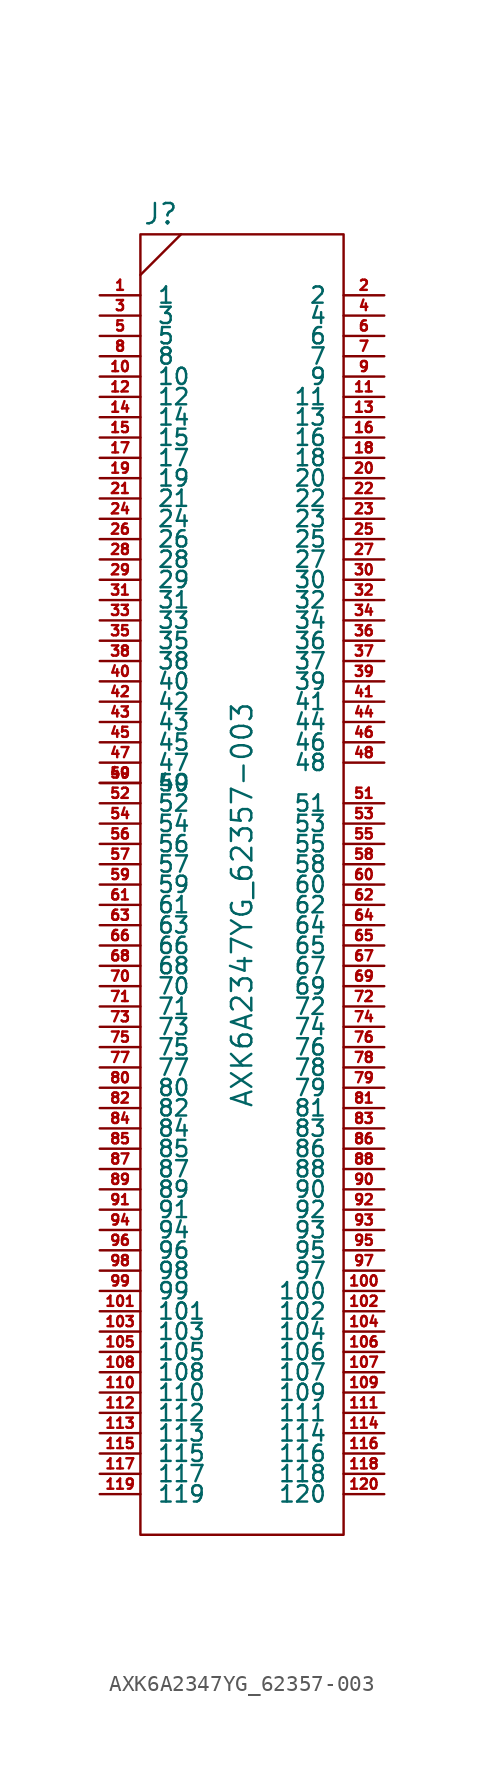
<source format=kicad_sym>
(kicad_symbol_lib
  (version 20231120)
  (generator "kicad_symbol_editor")
  (generator_version "8.0")
  (symbol "AXK6A2347YG_62357-003"
    (pin_names
      (offset 1.016))
    (property "Reference" "J"
      (at -5.08 40.64 0)
      (effects (font (size 1.27 1.27))))
    (property "Value" "AXK6A2347YG_62357-003"
      (at 0 -2.54 90)
      (effects (font (size 1.27 1.27))))
    (symbol "AXK6A2347YG_62357-003_0_1"
      (rectangle (start -6.35 39.37) (end 6.35 -41.91) (stroke (width 0) (type default)) (fill (type none)))
      (polyline (pts (xy -3.81 39.37) (xy -6.35 36.83)) (stroke (width 0) (type default)) (fill (type none))))
    (symbol "AXK6A2347YG_62357-003_1_1"
      (pin passive line (at -8.89 35.56 0) (length 2.54) (name "1" (effects (font (size 1.016 1.016)))) (number "1" (effects (font (size 0.635 0.635)))))
      (pin passive line (at -8.89 30.48 0) (length 2.54) (name "10" (effects (font (size 1.016 1.016)))) (number "10" (effects (font (size 0.635 0.635)))))
      (pin passive line (at 8.89 -26.67 180) (length 2.54) (name "100" (effects (font (size 1.016 1.016)))) (number "100" (effects (font (size 0.635 0.635)))))
      (pin passive line (at -8.89 -27.94 0) (length 2.54) (name "101" (effects (font (size 1.016 1.016)))) (number "101" (effects (font (size 0.635 0.635)))))
      (pin passive line (at 8.89 -27.94 180) (length 2.54) (name "102" (effects (font (size 1.016 1.016)))) (number "102" (effects (font (size 0.635 0.635)))))
      (pin passive line (at -8.89 -29.21 0) (length 2.54) (name "103" (effects (font (size 1.016 1.016)))) (number "103" (effects (font (size 0.635 0.635)))))
      (pin passive line (at 8.89 -29.21 180) (length 2.54) (name "104" (effects (font (size 1.016 1.016)))) (number "104" (effects (font (size 0.635 0.635)))))
      (pin passive line (at -8.89 -30.48 0) (length 2.54) (name "105" (effects (font (size 1.016 1.016)))) (number "105" (effects (font (size 0.635 0.635)))))
      (pin passive line (at 8.89 -30.48 180) (length 2.54) (name "106" (effects (font (size 1.016 1.016)))) (number "106" (effects (font (size 0.635 0.635)))))
      (pin passive line (at 8.89 -31.75 180) (length 2.54) (name "107" (effects (font (size 1.016 1.016)))) (number "107" (effects (font (size 0.635 0.635)))))
      (pin passive line (at -8.89 -31.75 0) (length 2.54) (name "108" (effects (font (size 1.016 1.016)))) (number "108" (effects (font (size 0.635 0.635)))))
      (pin passive line (at 8.89 -33.02 180) (length 2.54) (name "109" (effects (font (size 1.016 1.016)))) (number "109" (effects (font (size 0.635 0.635)))))
      (pin passive line (at 8.89 29.21 180) (length 2.54) (name "11" (effects (font (size 1.016 1.016)))) (number "11" (effects (font (size 0.635 0.635)))))
      (pin passive line (at -8.89 -33.02 0) (length 2.54) (name "110" (effects (font (size 1.016 1.016)))) (number "110" (effects (font (size 0.635 0.635)))))
      (pin passive line (at 8.89 -34.29 180) (length 2.54) (name "111" (effects (font (size 1.016 1.016)))) (number "111" (effects (font (size 0.635 0.635)))))
      (pin passive line (at -8.89 -34.29 0) (length 2.54) (name "112" (effects (font (size 1.016 1.016)))) (number "112" (effects (font (size 0.635 0.635)))))
      (pin passive line (at -8.89 -35.56 0) (length 2.54) (name "113" (effects (font (size 1.016 1.016)))) (number "113" (effects (font (size 0.635 0.635)))))
      (pin passive line (at 8.89 -35.56 180) (length 2.54) (name "114" (effects (font (size 1.016 1.016)))) (number "114" (effects (font (size 0.635 0.635)))))
      (pin passive line (at -8.89 -36.83 0) (length 2.54) (name "115" (effects (font (size 1.016 1.016)))) (number "115" (effects (font (size 0.635 0.635)))))
      (pin passive line (at 8.89 -36.83 180) (length 2.54) (name "116" (effects (font (size 1.016 1.016)))) (number "116" (effects (font (size 0.635 0.635)))))
      (pin passive line (at -8.89 -38.1 0) (length 2.54) (name "117" (effects (font (size 1.016 1.016)))) (number "117" (effects (font (size 0.635 0.635)))))
      (pin passive line (at 8.89 -38.1 180) (length 2.54) (name "118" (effects (font (size 1.016 1.016)))) (number "118" (effects (font (size 0.635 0.635)))))
      (pin passive line (at -8.89 -39.37 0) (length 2.54) (name "119" (effects (font (size 1.016 1.016)))) (number "119" (effects (font (size 0.635 0.635)))))
      (pin passive line (at -8.89 29.21 0) (length 2.54) (name "12" (effects (font (size 1.016 1.016)))) (number "12" (effects (font (size 0.635 0.635)))))
      (pin passive line (at 8.89 -39.37 180) (length 2.54) (name "120" (effects (font (size 1.016 1.016)))) (number "120" (effects (font (size 0.635 0.635)))))
      (pin passive line (at 8.89 27.94 180) (length 2.54) (name "13" (effects (font (size 1.016 1.016)))) (number "13" (effects (font (size 0.635 0.635)))))
      (pin passive line (at -8.89 27.94 0) (length 2.54) (name "14" (effects (font (size 1.016 1.016)))) (number "14" (effects (font (size 0.635 0.635)))))
      (pin passive line (at -8.89 26.67 0) (length 2.54) (name "15" (effects (font (size 1.016 1.016)))) (number "15" (effects (font (size 0.635 0.635)))))
      (pin passive line (at 8.89 26.67 180) (length 2.54) (name "16" (effects (font (size 1.016 1.016)))) (number "16" (effects (font (size 0.635 0.635)))))
      (pin passive line (at -8.89 25.4 0) (length 2.54) (name "17" (effects (font (size 1.016 1.016)))) (number "17" (effects (font (size 0.635 0.635)))))
      (pin passive line (at 8.89 25.4 180) (length 2.54) (name "18" (effects (font (size 1.016 1.016)))) (number "18" (effects (font (size 0.635 0.635)))))
      (pin passive line (at -8.89 24.13 0) (length 2.54) (name "19" (effects (font (size 1.016 1.016)))) (number "19" (effects (font (size 0.635 0.635)))))
      (pin passive line (at 8.89 35.56 180) (length 2.54) (name "2" (effects (font (size 1.016 1.016)))) (number "2" (effects (font (size 0.635 0.635)))))
      (pin passive line (at 8.89 24.13 180) (length 2.54) (name "20" (effects (font (size 1.016 1.016)))) (number "20" (effects (font (size 0.635 0.635)))))
      (pin passive line (at -8.89 22.86 0) (length 2.54) (name "21" (effects (font (size 1.016 1.016)))) (number "21" (effects (font (size 0.635 0.635)))))
      (pin passive line (at 8.89 22.86 180) (length 2.54) (name "22" (effects (font (size 1.016 1.016)))) (number "22" (effects (font (size 0.635 0.635)))))
      (pin passive line (at 8.89 21.59 180) (length 2.54) (name "23" (effects (font (size 1.016 1.016)))) (number "23" (effects (font (size 0.635 0.635)))))
      (pin passive line (at -8.89 21.59 0) (length 2.54) (name "24" (effects (font (size 1.016 1.016)))) (number "24" (effects (font (size 0.635 0.635)))))
      (pin passive line (at 8.89 20.32 180) (length 2.54) (name "25" (effects (font (size 1.016 1.016)))) (number "25" (effects (font (size 0.635 0.635)))))
      (pin passive line (at -8.89 20.32 0) (length 2.54) (name "26" (effects (font (size 1.016 1.016)))) (number "26" (effects (font (size 0.635 0.635)))))
      (pin passive line (at 8.89 19.05 180) (length 2.54) (name "27" (effects (font (size 1.016 1.016)))) (number "27" (effects (font (size 0.635 0.635)))))
      (pin passive line (at -8.89 19.05 0) (length 2.54) (name "28" (effects (font (size 1.016 1.016)))) (number "28" (effects (font (size 0.635 0.635)))))
      (pin passive line (at -8.89 17.78 0) (length 2.54) (name "29" (effects (font (size 1.016 1.016)))) (number "29" (effects (font (size 0.635 0.635)))))
      (pin passive line (at -8.89 34.29 0) (length 2.54) (name "3" (effects (font (size 1.016 1.016)))) (number "3" (effects (font (size 0.635 0.635)))))
      (pin passive line (at 8.89 17.78 180) (length 2.54) (name "30" (effects (font (size 1.016 1.016)))) (number "30" (effects (font (size 0.635 0.635)))))
      (pin passive line (at -8.89 16.51 0) (length 2.54) (name "31" (effects (font (size 1.016 1.016)))) (number "31" (effects (font (size 0.635 0.635)))))
      (pin passive line (at 8.89 16.51 180) (length 2.54) (name "32" (effects (font (size 1.016 1.016)))) (number "32" (effects (font (size 0.635 0.635)))))
      (pin passive line (at -8.89 15.24 0) (length 2.54) (name "33" (effects (font (size 1.016 1.016)))) (number "33" (effects (font (size 0.635 0.635)))))
      (pin passive line (at 8.89 15.24 180) (length 2.54) (name "34" (effects (font (size 1.016 1.016)))) (number "34" (effects (font (size 0.635 0.635)))))
      (pin passive line (at -8.89 13.97 0) (length 2.54) (name "35" (effects (font (size 1.016 1.016)))) (number "35" (effects (font (size 0.635 0.635)))))
      (pin passive line (at 8.89 13.97 180) (length 2.54) (name "36" (effects (font (size 1.016 1.016)))) (number "36" (effects (font (size 0.635 0.635)))))
      (pin passive line (at 8.89 12.7 180) (length 2.54) (name "37" (effects (font (size 1.016 1.016)))) (number "37" (effects (font (size 0.635 0.635)))))
      (pin passive line (at -8.89 12.7 0) (length 2.54) (name "38" (effects (font (size 1.016 1.016)))) (number "38" (effects (font (size 0.635 0.635)))))
      (pin passive line (at 8.89 11.43 180) (length 2.54) (name "39" (effects (font (size 1.016 1.016)))) (number "39" (effects (font (size 0.635 0.635)))))
      (pin passive line (at 8.89 34.29 180) (length 2.54) (name "4" (effects (font (size 1.016 1.016)))) (number "4" (effects (font (size 0.635 0.635)))))
      (pin passive line (at -8.89 11.43 0) (length 2.54) (name "40" (effects (font (size 1.016 1.016)))) (number "40" (effects (font (size 0.635 0.635)))))
      (pin passive line (at 8.89 10.16 180) (length 2.54) (name "41" (effects (font (size 1.016 1.016)))) (number "41" (effects (font (size 0.635 0.635)))))
      (pin passive line (at -8.89 10.16 0) (length 2.54) (name "42" (effects (font (size 1.016 1.016)))) (number "42" (effects (font (size 0.635 0.635)))))
      (pin passive line (at -8.89 8.89 0) (length 2.54) (name "43" (effects (font (size 1.016 1.016)))) (number "43" (effects (font (size 0.635 0.635)))))
      (pin passive line (at 8.89 8.89 180) (length 2.54) (name "44" (effects (font (size 1.016 1.016)))) (number "44" (effects (font (size 0.635 0.635)))))
      (pin passive line (at -8.89 7.62 0) (length 2.54) (name "45" (effects (font (size 1.016 1.016)))) (number "45" (effects (font (size 0.635 0.635)))))
      (pin passive line (at 8.89 7.62 180) (length 2.54) (name "46" (effects (font (size 1.016 1.016)))) (number "46" (effects (font (size 0.635 0.635)))))
      (pin passive line (at -8.89 6.35 0) (length 2.54) (name "47" (effects (font (size 1.016 1.016)))) (number "47" (effects (font (size 0.635 0.635)))))
      (pin passive line (at 8.89 6.35 180) (length 2.54) (name "48" (effects (font (size 1.016 1.016)))) (number "48" (effects (font (size 0.635 0.635)))))
      (pin passive line (at -8.89 5.08 0) (length 2.54) (name "49" (effects (font (size 1.016 1.016)))) (number "49" (effects (font (size 0.635 0.635)))))
      (pin passive line (at -8.89 33.02 0) (length 2.54) (name "5" (effects (font (size 1.016 1.016)))) (number "5" (effects (font (size 0.635 0.635)))))
      (pin passive line (at -8.89 5.08 0) (length 2.54) (name "50" (effects (font (size 1.016 1.016)))) (number "50" (effects (font (size 0.635 0.635)))))
      (pin passive line (at 8.89 3.81 180) (length 2.54) (name "51" (effects (font (size 1.016 1.016)))) (number "51" (effects (font (size 0.635 0.635)))))
      (pin passive line (at -8.89 3.81 0) (length 2.54) (name "52" (effects (font (size 1.016 1.016)))) (number "52" (effects (font (size 0.635 0.635)))))
      (pin passive line (at 8.89 2.54 180) (length 2.54) (name "53" (effects (font (size 1.016 1.016)))) (number "53" (effects (font (size 0.635 0.635)))))
      (pin passive line (at -8.89 2.54 0) (length 2.54) (name "54" (effects (font (size 1.016 1.016)))) (number "54" (effects (font (size 0.635 0.635)))))
      (pin passive line (at 8.89 1.27 180) (length 2.54) (name "55" (effects (font (size 1.016 1.016)))) (number "55" (effects (font (size 0.635 0.635)))))
      (pin passive line (at -8.89 1.27 0) (length 2.54) (name "56" (effects (font (size 1.016 1.016)))) (number "56" (effects (font (size 0.635 0.635)))))
      (pin passive line (at -8.89 0 0) (length 2.54) (name "57" (effects (font (size 1.016 1.016)))) (number "57" (effects (font (size 0.635 0.635)))))
      (pin passive line (at 8.89 0 180) (length 2.54) (name "58" (effects (font (size 1.016 1.016)))) (number "58" (effects (font (size 0.635 0.635)))))
      (pin passive line (at -8.89 -1.27 0) (length 2.54) (name "59" (effects (font (size 1.016 1.016)))) (number "59" (effects (font (size 0.635 0.635)))))
      (pin passive line (at 8.89 33.02 180) (length 2.54) (name "6" (effects (font (size 1.016 1.016)))) (number "6" (effects (font (size 0.635 0.635)))))
      (pin passive line (at 8.89 -1.27 180) (length 2.54) (name "60" (effects (font (size 1.016 1.016)))) (number "60" (effects (font (size 0.635 0.635)))))
      (pin passive line (at -8.89 -2.54 0) (length 2.54) (name "61" (effects (font (size 1.016 1.016)))) (number "61" (effects (font (size 0.635 0.635)))))
      (pin passive line (at 8.89 -2.54 180) (length 2.54) (name "62" (effects (font (size 1.016 1.016)))) (number "62" (effects (font (size 0.635 0.635)))))
      (pin passive line (at -8.89 -3.81 0) (length 2.54) (name "63" (effects (font (size 1.016 1.016)))) (number "63" (effects (font (size 0.635 0.635)))))
      (pin passive line (at 8.89 -3.81 180) (length 2.54) (name "64" (effects (font (size 1.016 1.016)))) (number "64" (effects (font (size 0.635 0.635)))))
      (pin passive line (at 8.89 -5.08 180) (length 2.54) (name "65" (effects (font (size 1.016 1.016)))) (number "65" (effects (font (size 0.635 0.635)))))
      (pin passive line (at -8.89 -5.08 0) (length 2.54) (name "66" (effects (font (size 1.016 1.016)))) (number "66" (effects (font (size 0.635 0.635)))))
      (pin passive line (at 8.89 -6.35 180) (length 2.54) (name "67" (effects (font (size 1.016 1.016)))) (number "67" (effects (font (size 0.635 0.635)))))
      (pin passive line (at -8.89 -6.35 0) (length 2.54) (name "68" (effects (font (size 1.016 1.016)))) (number "68" (effects (font (size 0.635 0.635)))))
      (pin passive line (at 8.89 -7.62 180) (length 2.54) (name "69" (effects (font (size 1.016 1.016)))) (number "69" (effects (font (size 0.635 0.635)))))
      (pin passive line (at 8.89 31.75 180) (length 2.54) (name "7" (effects (font (size 1.016 1.016)))) (number "7" (effects (font (size 0.635 0.635)))))
      (pin passive line (at -8.89 -7.62 0) (length 2.54) (name "70" (effects (font (size 1.016 1.016)))) (number "70" (effects (font (size 0.635 0.635)))))
      (pin passive line (at -8.89 -8.89 0) (length 2.54) (name "71" (effects (font (size 1.016 1.016)))) (number "71" (effects (font (size 0.635 0.635)))))
      (pin passive line (at 8.89 -8.89 180) (length 2.54) (name "72" (effects (font (size 1.016 1.016)))) (number "72" (effects (font (size 0.635 0.635)))))
      (pin passive line (at -8.89 -10.16 0) (length 2.54) (name "73" (effects (font (size 1.016 1.016)))) (number "73" (effects (font (size 0.635 0.635)))))
      (pin passive line (at 8.89 -10.16 180) (length 2.54) (name "74" (effects (font (size 1.016 1.016)))) (number "74" (effects (font (size 0.635 0.635)))))
      (pin passive line (at -8.89 -11.43 0) (length 2.54) (name "75" (effects (font (size 1.016 1.016)))) (number "75" (effects (font (size 0.635 0.635)))))
      (pin passive line (at 8.89 -11.43 180) (length 2.54) (name "76" (effects (font (size 1.016 1.016)))) (number "76" (effects (font (size 0.635 0.635)))))
      (pin passive line (at -8.89 -12.7 0) (length 2.54) (name "77" (effects (font (size 1.016 1.016)))) (number "77" (effects (font (size 0.635 0.635)))))
      (pin passive line (at 8.89 -12.7 180) (length 2.54) (name "78" (effects (font (size 1.016 1.016)))) (number "78" (effects (font (size 0.635 0.635)))))
      (pin passive line (at 8.89 -13.97 180) (length 2.54) (name "79" (effects (font (size 1.016 1.016)))) (number "79" (effects (font (size 0.635 0.635)))))
      (pin passive line (at -8.89 31.75 0) (length 2.54) (name "8" (effects (font (size 1.016 1.016)))) (number "8" (effects (font (size 0.635 0.635)))))
      (pin passive line (at -8.89 -13.97 0) (length 2.54) (name "80" (effects (font (size 1.016 1.016)))) (number "80" (effects (font (size 0.635 0.635)))))
      (pin passive line (at 8.89 -15.24 180) (length 2.54) (name "81" (effects (font (size 1.016 1.016)))) (number "81" (effects (font (size 0.635 0.635)))))
      (pin passive line (at -8.89 -15.24 0) (length 2.54) (name "82" (effects (font (size 1.016 1.016)))) (number "82" (effects (font (size 0.635 0.635)))))
      (pin passive line (at 8.89 -16.51 180) (length 2.54) (name "83" (effects (font (size 1.016 1.016)))) (number "83" (effects (font (size 0.635 0.635)))))
      (pin passive line (at -8.89 -16.51 0) (length 2.54) (name "84" (effects (font (size 1.016 1.016)))) (number "84" (effects (font (size 0.635 0.635)))))
      (pin passive line (at -8.89 -17.78 0) (length 2.54) (name "85" (effects (font (size 1.016 1.016)))) (number "85" (effects (font (size 0.635 0.635)))))
      (pin passive line (at 8.89 -17.78 180) (length 2.54) (name "86" (effects (font (size 1.016 1.016)))) (number "86" (effects (font (size 0.635 0.635)))))
      (pin passive line (at -8.89 -19.05 0) (length 2.54) (name "87" (effects (font (size 1.016 1.016)))) (number "87" (effects (font (size 0.635 0.635)))))
      (pin passive line (at 8.89 -19.05 180) (length 2.54) (name "88" (effects (font (size 1.016 1.016)))) (number "88" (effects (font (size 0.635 0.635)))))
      (pin passive line (at -8.89 -20.32 0) (length 2.54) (name "89" (effects (font (size 1.016 1.016)))) (number "89" (effects (font (size 0.635 0.635)))))
      (pin passive line (at 8.89 30.48 180) (length 2.54) (name "9" (effects (font (size 1.016 1.016)))) (number "9" (effects (font (size 0.635 0.635)))))
      (pin passive line (at 8.89 -20.32 180) (length 2.54) (name "90" (effects (font (size 1.016 1.016)))) (number "90" (effects (font (size 0.635 0.635)))))
      (pin passive line (at -8.89 -21.59 0) (length 2.54) (name "91" (effects (font (size 1.016 1.016)))) (number "91" (effects (font (size 0.635 0.635)))))
      (pin passive line (at 8.89 -21.59 180) (length 2.54) (name "92" (effects (font (size 1.016 1.016)))) (number "92" (effects (font (size 0.635 0.635)))))
      (pin passive line (at 8.89 -22.86 180) (length 2.54) (name "93" (effects (font (size 1.016 1.016)))) (number "93" (effects (font (size 0.635 0.635)))))
      (pin passive line (at -8.89 -22.86 0) (length 2.54) (name "94" (effects (font (size 1.016 1.016)))) (number "94" (effects (font (size 0.635 0.635)))))
      (pin passive line (at 8.89 -24.13 180) (length 2.54) (name "95" (effects (font (size 1.016 1.016)))) (number "95" (effects (font (size 0.635 0.635)))))
      (pin passive line (at -8.89 -24.13 0) (length 2.54) (name "96" (effects (font (size 1.016 1.016)))) (number "96" (effects (font (size 0.635 0.635)))))
      (pin passive line (at 8.89 -25.4 180) (length 2.54) (name "97" (effects (font (size 1.016 1.016)))) (number "97" (effects (font (size 0.635 0.635)))))
      (pin passive line (at -8.89 -25.4 0) (length 2.54) (name "98" (effects (font (size 1.016 1.016)))) (number "98" (effects (font (size 0.635 0.635)))))
      (pin passive line (at -8.89 -26.67 0) (length 2.54) (name "99" (effects (font (size 1.016 1.016)))) (number "99" (effects (font (size 0.635 0.635))))))))
</source>
